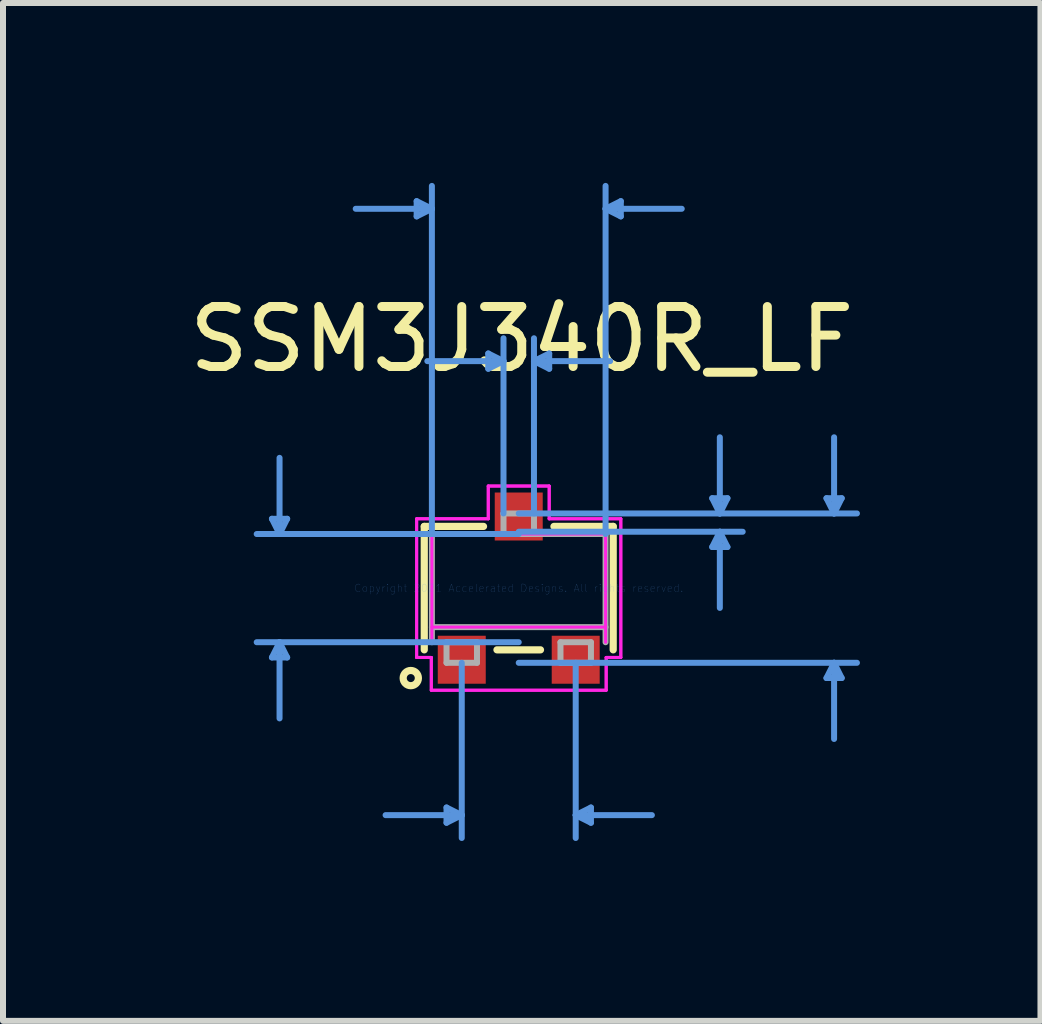
<source format=kicad_pcb>
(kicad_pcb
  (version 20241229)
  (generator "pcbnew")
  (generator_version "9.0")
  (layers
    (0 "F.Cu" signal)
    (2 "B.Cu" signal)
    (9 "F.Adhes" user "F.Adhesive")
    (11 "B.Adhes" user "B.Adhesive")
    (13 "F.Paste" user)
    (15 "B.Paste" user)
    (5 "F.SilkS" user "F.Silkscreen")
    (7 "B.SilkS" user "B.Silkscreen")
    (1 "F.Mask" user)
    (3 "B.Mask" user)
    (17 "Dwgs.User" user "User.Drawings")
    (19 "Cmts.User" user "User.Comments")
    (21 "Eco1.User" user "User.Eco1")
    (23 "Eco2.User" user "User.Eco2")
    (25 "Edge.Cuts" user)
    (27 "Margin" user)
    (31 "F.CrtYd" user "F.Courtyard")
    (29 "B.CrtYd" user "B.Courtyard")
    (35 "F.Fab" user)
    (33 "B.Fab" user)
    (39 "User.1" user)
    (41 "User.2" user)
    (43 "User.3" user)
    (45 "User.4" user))
  (footprint "SSM3J340R_LF"
    (layer "F.Cu")
    (at 5.599 6.756)
    (property "Reference" "SSM3J340R_LF" (at 0.05 -4.15 0) (layer "F.SilkS") (effects (font (size 1 1) (thickness 0.15))))
    (attr through_hole)
    (fp_line (start -1.575 -1.029) (end -1.575 1.029) (stroke (width 0.12) (type solid)) (layer "F.SilkS"))
    (fp_line (start -0.587 -1.029) (end -1.575 -1.029) (stroke (width 0.12) (type solid)) (layer "F.SilkS"))
    (fp_line (start -0.363 1.029) (end 0.363 1.029) (stroke (width 0.12) (type solid)) (layer "F.SilkS"))
    (fp_line (start 1.575 -1.029) (end 0.587 -1.029) (stroke (width 0.12) (type solid)) (layer "F.SilkS"))
    (fp_line (start 1.575 1.029) (end 1.575 -1.029) (stroke (width 0.12) (type solid)) (layer "F.SilkS"))
    (fp_circle (center -1.8 1.5) (end -1.673 1.5) (stroke (width 0.12) (type solid)) (fill no) (layer "F.SilkS"))
    (fp_line (start -4.115 -1.156) (end -3.861 -1.156) (stroke (width 0.1) (type solid)) (layer "Cmts.User"))
    (fp_line (start -4.115 1.156) (end -3.861 1.156) (stroke (width 0.1) (type solid)) (layer "Cmts.User"))
    (fp_line (start -3.988 -0.902) (end -4.115 -1.156) (stroke (width 0.1) (type solid)) (layer "Cmts.User"))
    (fp_line (start -3.988 -0.902) (end -3.988 -2.172) (stroke (width 0.1) (type solid)) (layer "Cmts.User"))
    (fp_line (start -3.988 -0.902) (end -3.861 -1.156) (stroke (width 0.1) (type solid)) (layer "Cmts.User"))
    (fp_line (start -3.988 0.902) (end -4.115 1.156) (stroke (width 0.1) (type solid)) (layer "Cmts.User"))
    (fp_line (start -3.988 0.902) (end -3.988 2.172) (stroke (width 0.1) (type solid)) (layer "Cmts.User"))
    (fp_line (start -3.988 0.902) (end -3.861 1.156) (stroke (width 0.1) (type solid)) (layer "Cmts.User"))
    (fp_line (start -1.702 -6.452) (end -1.702 -6.198) (stroke (width 0.1) (type solid)) (layer "Cmts.User"))
    (fp_line (start -1.448 -6.325) (end -2.718 -6.325) (stroke (width 0.1) (type solid)) (layer "Cmts.User"))
    (fp_line (start -1.448 -6.325) (end -1.702 -6.452) (stroke (width 0.1) (type solid)) (layer "Cmts.User"))
    (fp_line (start -1.448 -6.325) (end -1.702 -6.198) (stroke (width 0.1) (type solid)) (layer "Cmts.User"))
    (fp_line (start -1.448 -0.902) (end -1.448 -6.706) (stroke (width 0.1) (type solid)) (layer "Cmts.User"))
    (fp_line (start -1.204 3.658) (end -1.204 3.912) (stroke (width 0.1) (type solid)) (layer "Cmts.User"))
    (fp_line (start -0.95 1.245) (end -0.95 4.166) (stroke (width 0.1) (type solid)) (layer "Cmts.User"))
    (fp_line (start -0.95 3.785) (end -2.22 3.785) (stroke (width 0.1) (type solid)) (layer "Cmts.User"))
    (fp_line (start -0.95 3.785) (end -1.204 3.658) (stroke (width 0.1) (type solid)) (layer "Cmts.User"))
    (fp_line (start -0.95 3.785) (end -1.204 3.912) (stroke (width 0.1) (type solid)) (layer "Cmts.User"))
    (fp_line (start -0.508 -3.912) (end -0.508 -3.658) (stroke (width 0.1) (type solid)) (layer "Cmts.User"))
    (fp_line (start -0.254 -3.785) (end -1.524 -3.785) (stroke (width 0.1) (type solid)) (layer "Cmts.User"))
    (fp_line (start -0.254 -3.785) (end -0.508 -3.912) (stroke (width 0.1) (type solid)) (layer "Cmts.User"))
    (fp_line (start -0.254 -3.785) (end -0.508 -3.658) (stroke (width 0.1) (type solid)) (layer "Cmts.User"))
    (fp_line (start -0.254 -1.245) (end -0.254 -4.166) (stroke (width 0.1) (type solid)) (layer "Cmts.User"))
    (fp_line (start 0 -1.245) (end 5.639 -1.245) (stroke (width 0.1) (type solid)) (layer "Cmts.User"))
    (fp_line (start 0 -0.94) (end 3.734 -0.94) (stroke (width 0.1) (type solid)) (layer "Cmts.User"))
    (fp_line (start 0 -0.902) (end -4.369 -0.902) (stroke (width 0.1) (type solid)) (layer "Cmts.User"))
    (fp_line (start 0 0.902) (end -4.369 0.902) (stroke (width 0.1) (type solid)) (layer "Cmts.User"))
    (fp_line (start 0 1.245) (end 5.639 1.245) (stroke (width 0.1) (type solid)) (layer "Cmts.User"))
    (fp_line (start 0.254 -3.785) (end 0.508 -3.912) (stroke (width 0.1) (type solid)) (layer "Cmts.User"))
    (fp_line (start 0.254 -3.785) (end 0.508 -3.658) (stroke (width 0.1) (type solid)) (layer "Cmts.User"))
    (fp_line (start 0.254 -3.785) (end 1.524 -3.785) (stroke (width 0.1) (type solid)) (layer "Cmts.User"))
    (fp_line (start 0.254 -1.245) (end 0.254 -4.166) (stroke (width 0.1) (type solid)) (layer "Cmts.User"))
    (fp_line (start 0.508 -3.912) (end 0.508 -3.658) (stroke (width 0.1) (type solid)) (layer "Cmts.User"))
    (fp_line (start 0.95 1.245) (end 0.95 4.166) (stroke (width 0.1) (type solid)) (layer "Cmts.User"))
    (fp_line (start 0.95 3.785) (end 1.204 3.658) (stroke (width 0.1) (type solid)) (layer "Cmts.User"))
    (fp_line (start 0.95 3.785) (end 1.204 3.912) (stroke (width 0.1) (type solid)) (layer "Cmts.User"))
    (fp_line (start 0.95 3.785) (end 2.22 3.785) (stroke (width 0.1) (type solid)) (layer "Cmts.User"))
    (fp_line (start 1.204 3.658) (end 1.204 3.912) (stroke (width 0.1) (type solid)) (layer "Cmts.User"))
    (fp_line (start 1.448 -6.325) (end 1.702 -6.452) (stroke (width 0.1) (type solid)) (layer "Cmts.User"))
    (fp_line (start 1.448 -6.325) (end 1.702 -6.198) (stroke (width 0.1) (type solid)) (layer "Cmts.User"))
    (fp_line (start 1.448 -6.325) (end 2.718 -6.325) (stroke (width 0.1) (type solid)) (layer "Cmts.User"))
    (fp_line (start 1.448 -0.902) (end 1.448 -6.706) (stroke (width 0.1) (type solid)) (layer "Cmts.User"))
    (fp_line (start 1.702 -6.452) (end 1.702 -6.198) (stroke (width 0.1) (type solid)) (layer "Cmts.User"))
    (fp_line (start 3.226 -1.499) (end 3.48 -1.499) (stroke (width 0.1) (type solid)) (layer "Cmts.User"))
    (fp_line (start 3.226 -0.686) (end 3.48 -0.686) (stroke (width 0.1) (type solid)) (layer "Cmts.User"))
    (fp_line (start 3.353 -1.245) (end 3.226 -1.499) (stroke (width 0.1) (type solid)) (layer "Cmts.User"))
    (fp_line (start 3.353 -1.245) (end 3.353 -2.515) (stroke (width 0.1) (type solid)) (layer "Cmts.User"))
    (fp_line (start 3.353 -1.245) (end 3.48 -1.499) (stroke (width 0.1) (type solid)) (layer "Cmts.User"))
    (fp_line (start 3.353 -0.94) (end 3.226 -0.686) (stroke (width 0.1) (type solid)) (layer "Cmts.User"))
    (fp_line (start 3.353 -0.94) (end 3.353 0.33) (stroke (width 0.1) (type solid)) (layer "Cmts.User"))
    (fp_line (start 3.353 -0.94) (end 3.48 -0.686) (stroke (width 0.1) (type solid)) (layer "Cmts.User"))
    (fp_line (start 5.131 -1.499) (end 5.385 -1.499) (stroke (width 0.1) (type solid)) (layer "Cmts.User"))
    (fp_line (start 5.131 1.499) (end 5.385 1.499) (stroke (width 0.1) (type solid)) (layer "Cmts.User"))
    (fp_line (start 5.258 -1.245) (end 5.131 -1.499) (stroke (width 0.1) (type solid)) (layer "Cmts.User"))
    (fp_line (start 5.258 -1.245) (end 5.258 -2.515) (stroke (width 0.1) (type solid)) (layer "Cmts.User"))
    (fp_line (start 5.258 -1.245) (end 5.385 -1.499) (stroke (width 0.1) (type solid)) (layer "Cmts.User"))
    (fp_line (start 5.258 1.245) (end 5.131 1.499) (stroke (width 0.1) (type solid)) (layer "Cmts.User"))
    (fp_line (start 5.258 1.245) (end 5.258 2.515) (stroke (width 0.1) (type solid)) (layer "Cmts.User"))
    (fp_line (start 5.258 1.245) (end 5.385 1.499) (stroke (width 0.1) (type solid)) (layer "Cmts.User"))
    (fp_line (start -1.702 -1.156) (end -0.508 -1.156) (stroke (width 0.05) (type solid)) (layer "F.CrtYd"))
    (fp_line (start -1.702 -1.156) (end -0.508 -1.156) (stroke (width 0.05) (type solid)) (layer "F.CrtYd"))
    (fp_line (start -1.702 1.156) (end -1.702 -1.156) (stroke (width 0.05) (type solid)) (layer "F.CrtYd"))
    (fp_line (start -1.702 1.156) (end -1.702 -1.156) (stroke (width 0.05) (type solid)) (layer "F.CrtYd"))
    (fp_line (start -1.702 1.156) (end -1.458 1.156) (stroke (width 0.05) (type solid)) (layer "F.CrtYd"))
    (fp_line (start -1.458 1.156) (end -1.702 1.156) (stroke (width 0.05) (type solid)) (layer "F.CrtYd"))
    (fp_line (start -1.458 1.156) (end -1.458 1.702) (stroke (width 0.05) (type solid)) (layer "F.CrtYd"))
    (fp_line (start -1.458 1.702) (end -1.458 1.156) (stroke (width 0.05) (type solid)) (layer "F.CrtYd"))
    (fp_line (start -1.458 1.702) (end 1.458 1.702) (stroke (width 0.05) (type solid)) (layer "F.CrtYd"))
    (fp_line (start -1.448 -0.902) (end 1.448 -0.902) (stroke (width 0.05) (type solid)) (layer "F.CrtYd"))
    (fp_line (start -1.448 0.902) (end -1.448 -0.902) (stroke (width 0.05) (type solid)) (layer "F.CrtYd"))
    (fp_line (start -0.508 -1.702) (end 0.508 -1.702) (stroke (width 0.05) (type solid)) (layer "F.CrtYd"))
    (fp_line (start -0.508 -1.702) (end 0.508 -1.702) (stroke (width 0.05) (type solid)) (layer "F.CrtYd"))
    (fp_line (start -0.508 -1.156) (end -0.508 -1.702) (stroke (width 0.05) (type solid)) (layer "F.CrtYd"))
    (fp_line (start -0.508 -1.156) (end -0.508 -1.702) (stroke (width 0.05) (type solid)) (layer "F.CrtYd"))
    (fp_line (start 0.508 -1.702) (end 0.508 -1.156) (stroke (width 0.05) (type solid)) (layer "F.CrtYd"))
    (fp_line (start 0.508 -1.156) (end 0.508 -1.702) (stroke (width 0.05) (type solid)) (layer "F.CrtYd"))
    (fp_line (start 0.508 -1.156) (end 1.702 -1.156) (stroke (width 0.05) (type solid)) (layer "F.CrtYd"))
    (fp_line (start 1.448 -0.902) (end 1.448 0.902) (stroke (width 0.05) (type solid)) (layer "F.CrtYd"))
    (fp_line (start 1.448 0.65) (end -1.448 0.65) (stroke (width 0.05) (type solid)) (layer "F.CrtYd"))
    (fp_line (start 1.458 1.156) (end 1.458 1.702) (stroke (width 0.05) (type solid)) (layer "F.CrtYd"))
    (fp_line (start 1.458 1.156) (end 1.458 1.702) (stroke (width 0.05) (type solid)) (layer "F.CrtYd"))
    (fp_line (start 1.458 1.702) (end -1.458 1.702) (stroke (width 0.05) (type solid)) (layer "F.CrtYd"))
    (fp_line (start 1.702 -1.156) (end 0.508 -1.156) (stroke (width 0.05) (type solid)) (layer "F.CrtYd"))
    (fp_line (start 1.702 -1.156) (end 1.702 1.156) (stroke (width 0.05) (type solid)) (layer "F.CrtYd"))
    (fp_line (start 1.702 -1.156) (end 1.702 1.156) (stroke (width 0.05) (type solid)) (layer "F.CrtYd"))
    (fp_line (start 1.702 1.156) (end 1.458 1.156) (stroke (width 0.05) (type solid)) (layer "F.CrtYd"))
    (fp_line (start 1.702 1.156) (end 1.458 1.156) (stroke (width 0.05) (type solid)) (layer "F.CrtYd"))
    (fp_line (start -1.448 -0.902) (end -1.448 0.902) (stroke (width 0.1) (type solid)) (layer "F.Fab"))
    (fp_line (start -1.448 0.65) (end 1.448 0.65) (stroke (width 0.1) (type solid)) (layer "F.Fab"))
    (fp_line (start -1.204 0.902) (end -1.204 1.245) (stroke (width 0.1) (type solid)) (layer "F.Fab"))
    (fp_line (start -1.204 1.245) (end -0.696 1.245) (stroke (width 0.1) (type solid)) (layer "F.Fab"))
    (fp_line (start -0.696 0.902) (end -1.204 0.902) (stroke (width 0.1) (type solid)) (layer "F.Fab"))
    (fp_line (start -0.696 1.245) (end -0.696 0.902) (stroke (width 0.1) (type solid)) (layer "F.Fab"))
    (fp_line (start -0.254 -1.245) (end -0.254 -0.902) (stroke (width 0.1) (type solid)) (layer "F.Fab"))
    (fp_line (start -0.254 -0.902) (end 0.254 -0.902) (stroke (width 0.1) (type solid)) (layer "F.Fab"))
    (fp_line (start 0.254 -1.245) (end -0.254 -1.245) (stroke (width 0.1) (type solid)) (layer "F.Fab"))
    (fp_line (start 0.254 -0.902) (end 0.254 -1.245) (stroke (width 0.1) (type solid)) (layer "F.Fab"))
    (fp_line (start 0.696 0.902) (end 0.696 1.245) (stroke (width 0.1) (type solid)) (layer "F.Fab"))
    (fp_line (start 0.696 1.245) (end 1.204 1.245) (stroke (width 0.1) (type solid)) (layer "F.Fab"))
    (fp_line (start 1.204 0.902) (end 0.696 0.902) (stroke (width 0.1) (type solid)) (layer "F.Fab"))
    (fp_line (start 1.204 1.245) (end 1.204 0.902) (stroke (width 0.1) (type solid)) (layer "F.Fab"))
    (fp_line (start 1.448 -0.902) (end -1.448 -0.902) (stroke (width 0.1) (type solid)) (layer "F.Fab"))
    (fp_line (start 1.448 0.902) (end 1.448 -0.902) (stroke (width 0.1) (type solid)) (layer "F.Fab"))
    (fp_text user "Copyright 2021 Accelerated Designs. All rights reserved." (at 0 0 0) (layer "Cmts.User") (effects (font (size 0.127 0.127) (thickness 0.002))))
    (pad "1" smd rect (at -0.95 1.194) (size 0.8 0.8) (layers "F.Cu" "F.Mask" "F.Paste"))
    (pad "2" smd rect (at 0.95 1.194) (size 0.8 0.8) (layers "F.Cu" "F.Mask" "F.Paste"))
    (pad "3" smd rect (at 0 -1.194) (size 0.8 0.8) (layers "F.Cu" "F.Mask" "F.Paste")))
  (gr_rect
    (start -3 -3)
    (end 14.298 13.971)
    (stroke (width 0.1) (type default))
    (fill no)
    (layer "Edge.Cuts")))
</source>
